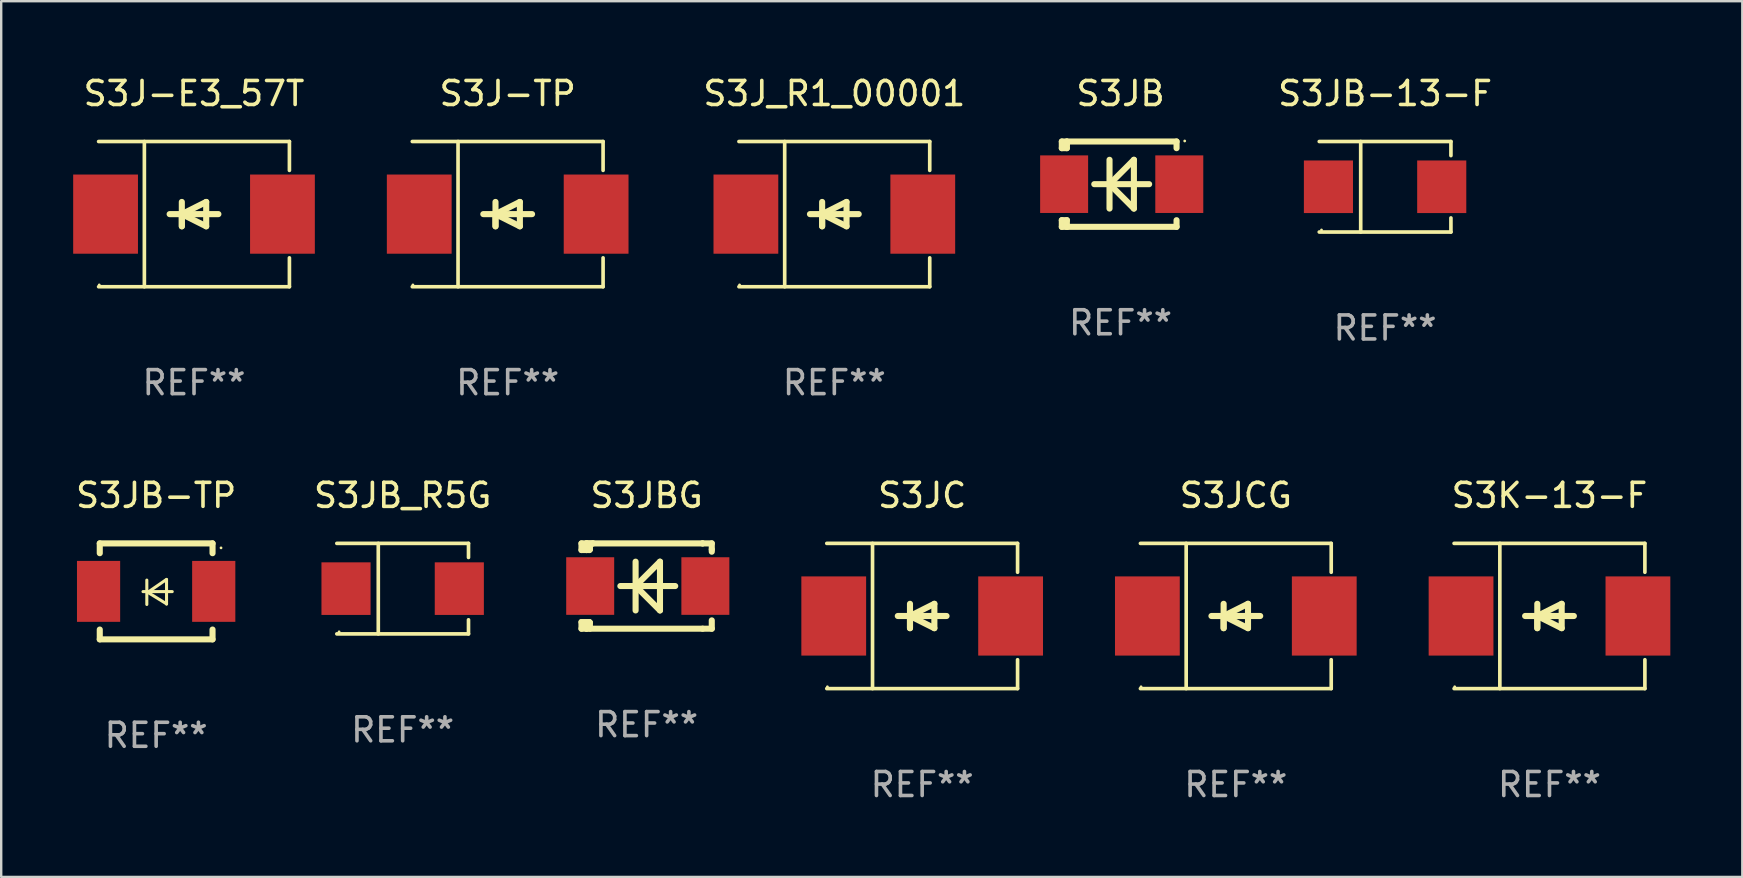
<source format=kicad_pcb>
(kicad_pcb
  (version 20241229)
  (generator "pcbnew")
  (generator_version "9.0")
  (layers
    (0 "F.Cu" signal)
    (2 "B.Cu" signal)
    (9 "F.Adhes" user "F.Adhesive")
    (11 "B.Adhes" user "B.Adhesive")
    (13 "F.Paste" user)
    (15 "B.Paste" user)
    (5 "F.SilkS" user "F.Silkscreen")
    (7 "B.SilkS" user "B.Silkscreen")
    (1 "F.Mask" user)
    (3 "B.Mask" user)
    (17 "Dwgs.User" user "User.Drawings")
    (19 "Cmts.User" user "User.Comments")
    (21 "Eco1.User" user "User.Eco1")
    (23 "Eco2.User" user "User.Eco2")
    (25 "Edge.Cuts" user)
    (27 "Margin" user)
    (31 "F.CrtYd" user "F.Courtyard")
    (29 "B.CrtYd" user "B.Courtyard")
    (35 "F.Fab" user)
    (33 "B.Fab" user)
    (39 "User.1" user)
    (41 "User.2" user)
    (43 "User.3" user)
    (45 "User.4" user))
  (footprint "S3J-E3_57T"
    (layer "F.Cu")
    (at 5.036 5.874)
    (property "Reference" "S3J-E3_57T" (at 0 -5.026 0) (layer "F.SilkS") (effects (font (size 1 1) (thickness 0.15))))
    (attr through_hole)
    (fp_line (start -3.976 -3.026) (end 3.976 -3.026) (stroke (width 0.152) (type solid)) (layer "F.SilkS"))
    (fp_line (start -3.976 3.026) (end 3.976 3.026) (stroke (width 0.152) (type solid)) (layer "F.SilkS"))
    (fp_line (start -2.069 -3.026) (end -2.069 3.026) (stroke (width 0.152) (type solid)) (layer "F.SilkS"))
    (fp_line (start -0.508 0) (end -0.508 0.508) (stroke (width 0.254) (type solid)) (layer "F.SilkS"))
    (fp_line (start -0.508 0) (end 0.508 0.508) (stroke (width 0.254) (type solid)) (layer "F.SilkS"))
    (fp_line (start -0.508 0.508) (end -0.508 -0.508) (stroke (width 0.254) (type solid)) (layer "F.SilkS"))
    (fp_line (start 0.508 -0.508) (end -0.508 0) (stroke (width 0.254) (type solid)) (layer "F.SilkS"))
    (fp_line (start 0.508 0.508) (end 0.508 -0.508) (stroke (width 0.254) (type solid)) (layer "F.SilkS"))
    (fp_line (start 1.016 0) (end -1.016 0) (stroke (width 0.254) (type solid)) (layer "F.SilkS"))
    (fp_line (start 3.976 -3.026) (end 3.976 -1.823) (stroke (width 0.152) (type solid)) (layer "F.SilkS"))
    (fp_line (start 3.976 3.026) (end 3.976 1.823) (stroke (width 0.152) (type solid)) (layer "F.SilkS"))
    (fp_circle (center -3.95 2.95) (end -3.92 2.95) (stroke (width 0.06) (type solid)) (fill no) (layer "F.SilkS"))
    (fp_text user "REF**" (at 0 7.026 0) (layer "F.Fab") (effects (font (size 1 1) (thickness 0.15))))
    (pad "1" smd rect (at -3.686 0) (size 2.7 3.3) (layers "F.Cu" "F.Mask" "F.Paste"))
    (pad "2" smd rect (at 3.686 0) (size 2.7 3.3) (layers "F.Cu" "F.Mask" "F.Paste")))
  (footprint "S3JC"
    (layer "F.Cu")
    (at 35.384 22.623)
    (property "Reference" "S3JC" (at 0 -5.026 0) (layer "F.SilkS") (effects (font (size 1 1) (thickness 0.15))))
    (attr through_hole)
    (fp_line (start -3.976 -3.026) (end 3.976 -3.026) (stroke (width 0.152) (type solid)) (layer "F.SilkS"))
    (fp_line (start -3.976 3.026) (end 3.976 3.026) (stroke (width 0.152) (type solid)) (layer "F.SilkS"))
    (fp_line (start -2.069 -3.026) (end -2.069 3.026) (stroke (width 0.152) (type solid)) (layer "F.SilkS"))
    (fp_line (start -0.508 0) (end -0.508 0.508) (stroke (width 0.254) (type solid)) (layer "F.SilkS"))
    (fp_line (start -0.508 0) (end 0.508 0.508) (stroke (width 0.254) (type solid)) (layer "F.SilkS"))
    (fp_line (start -0.508 0.508) (end -0.508 -0.508) (stroke (width 0.254) (type solid)) (layer "F.SilkS"))
    (fp_line (start 0.508 -0.508) (end -0.508 0) (stroke (width 0.254) (type solid)) (layer "F.SilkS"))
    (fp_line (start 0.508 0.508) (end 0.508 -0.508) (stroke (width 0.254) (type solid)) (layer "F.SilkS"))
    (fp_line (start 1.016 0) (end -1.016 0) (stroke (width 0.254) (type solid)) (layer "F.SilkS"))
    (fp_line (start 3.976 -3.026) (end 3.976 -1.823) (stroke (width 0.152) (type solid)) (layer "F.SilkS"))
    (fp_line (start 3.976 3.026) (end 3.976 1.823) (stroke (width 0.152) (type solid)) (layer "F.SilkS"))
    (fp_circle (center -3.95 2.95) (end -3.92 2.95) (stroke (width 0.06) (type solid)) (fill no) (layer "F.SilkS"))
    (fp_text user "REF**" (at 0 7.026 0) (layer "F.Fab") (effects (font (size 1 1) (thickness 0.15))))
    (pad "1" smd rect (at -3.686 0) (size 2.7 3.3) (layers "F.Cu" "F.Mask" "F.Paste"))
    (pad "2" smd rect (at 3.686 0) (size 2.7 3.3) (layers "F.Cu" "F.Mask" "F.Paste")))
  (footprint "S3JBG"
    (layer "F.Cu")
    (at 23.9 21.375)
    (property "Reference" "S3JBG" (at 0 -3.778 0) (layer "F.SilkS") (effects (font (size 1 1) (thickness 0.15))))
    (attr through_hole)
    (fp_line (start -2.715 -1.778) (end -2.715 -1.501) (stroke (width 0.254) (type solid)) (layer "F.SilkS"))
    (fp_line (start -2.715 -1.501) (end -2.505 -1.501) (stroke (width 0.254) (type solid)) (layer "F.SilkS"))
    (fp_line (start -2.715 1.501) (end -2.715 1.778) (stroke (width 0.254) (type solid)) (layer "F.SilkS"))
    (fp_line (start -2.715 1.501) (end -2.505 1.501) (stroke (width 0.254) (type solid)) (layer "F.SilkS"))
    (fp_line (start -2.715 1.778) (end -2.504 1.778) (stroke (width 0.254) (type solid)) (layer "F.SilkS"))
    (fp_line (start -2.505 -1.778) (end -2.715 -1.778) (stroke (width 0.254) (type solid)) (layer "F.SilkS"))
    (fp_line (start -2.505 -1.778) (end -2.238 -1.778) (stroke (width 0.254) (type solid)) (layer "F.SilkS"))
    (fp_line (start -2.505 -1.501) (end -2.505 -1.651) (stroke (width 0.254) (type solid)) (layer "F.SilkS"))
    (fp_line (start -2.505 -1.501) (end -2.388 -1.501) (stroke (width 0.254) (type solid)) (layer "F.SilkS"))
    (fp_line (start -2.505 1.501) (end -2.505 1.778) (stroke (width 0.254) (type solid)) (layer "F.SilkS"))
    (fp_line (start -2.505 1.501) (end -2.388 1.501) (stroke (width 0.254) (type solid)) (layer "F.SilkS"))
    (fp_line (start -2.388 1.501) (end -2.365 1.524) (stroke (width 0.254) (type solid)) (layer "F.SilkS"))
    (fp_line (start -2.388 -1.501) (end -2.365 -1.524) (stroke (width 0.254) (type solid)) (layer "F.SilkS"))
    (fp_line (start -2.365 -1.651) (end -2.505 -1.778) (stroke (width 0.254) (type solid)) (layer "F.SilkS"))
    (fp_line (start -2.365 -1.524) (end -2.365 -1.651) (stroke (width 0.254) (type solid)) (layer "F.SilkS"))
    (fp_line (start -2.365 1.524) (end -2.365 1.778) (stroke (width 0.254) (type solid)) (layer "F.SilkS"))
    (fp_line (start -2.239 -1.778) (end 2.333 -1.778) (stroke (width 0.254) (type solid)) (layer "F.SilkS"))
    (fp_line (start -2.238 -1.778) (end -2.505 -1.778) (stroke (width 0.254) (type solid)) (layer "F.SilkS"))
    (fp_line (start -1.095 0) (end 1.191 0) (stroke (width 0.254) (type solid)) (layer "F.SilkS"))
    (fp_line (start -0.46 -1.016) (end -0.46 1.016) (stroke (width 0.254) (type solid)) (layer "F.SilkS"))
    (fp_line (start -0.46 -0.000127) (end 0.556 1.016) (stroke (width 0.254) (type solid)) (layer "F.SilkS"))
    (fp_line (start 0.556 -1.016) (end 0.556 1.016) (stroke (width 0.254) (type solid)) (layer "F.SilkS"))
    (fp_line (start 0.556 -1.016) (end -0.46 -0.000127) (stroke (width 0.254) (type solid)) (layer "F.SilkS"))
    (fp_line (start 2.333 -1.778) (end 2.333 -1.778) (stroke (width 0.254) (type solid)) (layer "F.SilkS"))
    (fp_line (start 2.333 -1.778) (end 2.715 -1.778) (stroke (width 0.254) (type solid)) (layer "F.SilkS"))
    (fp_line (start 2.334 1.778) (end -2.504 1.778) (stroke (width 0.254) (type solid)) (layer "F.SilkS"))
    (fp_line (start 2.715 -1.778) (end 2.715 -1.524) (stroke (width 0.254) (type solid)) (layer "F.SilkS"))
    (fp_line (start 2.715 -1.524) (end 2.715 -1.431) (stroke (width 0.254) (type solid)) (layer "F.SilkS"))
    (fp_line (start 2.715 1.431) (end 2.715 1.778) (stroke (width 0.254) (type solid)) (layer "F.SilkS"))
    (fp_line (start 2.715 1.778) (end 2.334 1.778) (stroke (width 0.254) (type solid)) (layer "F.SilkS"))
    (fp_circle (center -2.602 1.8) (end -2.572 1.8) (stroke (width 0.06) (type solid)) (fill no) (layer "F.SilkS"))
    (fp_text user "REF**" (at 0 5.778 0) (layer "F.Fab") (effects (font (size 1 1) (thickness 0.15))))
    (pad "1" smd rect (at -2.352 -0.000076) (size 2 2.4) (layers "F.Cu" "F.Mask" "F.Paste"))
    (pad "2" smd rect (at 2.448 -0.000076) (size 2 2.4) (layers "F.Cu" "F.Mask" "F.Paste")))
  (footprint "S3JB"
    (layer "F.Cu")
    (at 43.652 4.626)
    (property "Reference" "S3JB" (at 0 -3.778 0) (layer "F.SilkS") (effects (font (size 1 1) (thickness 0.15))))
    (attr through_hole)
    (fp_line (start -2.448 1.501) (end -2.448 1.778) (stroke (width 0.254) (type solid)) (layer "F.SilkS"))
    (fp_line (start -2.448 1.778) (end -2.237 1.778) (stroke (width 0.254) (type solid)) (layer "F.SilkS"))
    (fp_line (start -2.448 -1.778) (end -2.448 -1.501) (stroke (width 0.254) (type solid)) (layer "F.SilkS"))
    (fp_line (start -2.448 -1.501) (end -2.238 -1.501) (stroke (width 0.254) (type solid)) (layer "F.SilkS"))
    (fp_line (start -2.448 1.501) (end -2.238 1.501) (stroke (width 0.254) (type solid)) (layer "F.SilkS"))
    (fp_line (start -2.238 -1.778) (end -2.448 -1.778) (stroke (width 0.254) (type solid)) (layer "F.SilkS"))
    (fp_line (start -2.238 -1.778) (end 2.334 -1.778) (stroke (width 0.254) (type solid)) (layer "F.SilkS"))
    (fp_line (start -2.238 -1.651) (end -2.238 -1.778) (stroke (width 0.254) (type solid)) (layer "F.SilkS"))
    (fp_line (start -2.238 -1.501) (end -2.238 -1.651) (stroke (width 0.254) (type solid)) (layer "F.SilkS"))
    (fp_line (start -2.238 1.778) (end -2.238 1.501) (stroke (width 0.254) (type solid)) (layer "F.SilkS"))
    (fp_line (start -1.095 0) (end 1.191 0) (stroke (width 0.254) (type solid)) (layer "F.SilkS"))
    (fp_line (start -0.46 -1.016) (end -0.46 1.016) (stroke (width 0.254) (type solid)) (layer "F.SilkS"))
    (fp_line (start -0.459 -0.000178) (end 0.557 1.016) (stroke (width 0.254) (type solid)) (layer "F.SilkS"))
    (fp_line (start 0.556 -1.016) (end 0.556 1.016) (stroke (width 0.254) (type solid)) (layer "F.SilkS"))
    (fp_line (start 0.557 -1.016) (end -0.459 -0.000178) (stroke (width 0.254) (type solid)) (layer "F.SilkS"))
    (fp_line (start 2.334 -1.778) (end 2.334 -1.501) (stroke (width 0.254) (type solid)) (layer "F.SilkS"))
    (fp_line (start 2.334 1.501) (end 2.334 1.778) (stroke (width 0.254) (type solid)) (layer "F.SilkS"))
    (fp_line (start 2.334 1.778) (end -2.238 1.778) (stroke (width 0.254) (type solid)) (layer "F.SilkS"))
    (fp_circle (center 2.674 -1.8) (end 2.704 -1.8) (stroke (width 0.06) (type solid)) (fill no) (layer "F.SilkS"))
    (fp_text user "REF**" (at 0 5.778 0) (layer "F.Fab") (effects (font (size 1 1) (thickness 0.15))))
    (pad "1" smd rect (at 2.448 -0.000025) (size 2 2.4) (layers "F.Cu" "F.Mask" "F.Paste"))
    (pad "2" smd rect (at -2.352 -0.000025) (size 2 2.4) (layers "F.Cu" "F.Mask" "F.Paste")))
  (footprint "S3J-TP"
    (layer "F.Cu")
    (at 18.109 5.874)
    (property "Reference" "S3J-TP" (at 0 -5.026 0) (layer "F.SilkS") (effects (font (size 1 1) (thickness 0.15))))
    (attr through_hole)
    (fp_line (start -3.976 -3.026) (end 3.976 -3.026) (stroke (width 0.152) (type solid)) (layer "F.SilkS"))
    (fp_line (start -3.976 3.026) (end 3.976 3.026) (stroke (width 0.152) (type solid)) (layer "F.SilkS"))
    (fp_line (start -2.069 -3.026) (end -2.069 3.026) (stroke (width 0.152) (type solid)) (layer "F.SilkS"))
    (fp_line (start -0.508 0) (end -0.508 0.508) (stroke (width 0.254) (type solid)) (layer "F.SilkS"))
    (fp_line (start -0.508 0) (end 0.508 0.508) (stroke (width 0.254) (type solid)) (layer "F.SilkS"))
    (fp_line (start -0.508 0.508) (end -0.508 -0.508) (stroke (width 0.254) (type solid)) (layer "F.SilkS"))
    (fp_line (start 0.508 -0.508) (end -0.508 0) (stroke (width 0.254) (type solid)) (layer "F.SilkS"))
    (fp_line (start 0.508 0.508) (end 0.508 -0.508) (stroke (width 0.254) (type solid)) (layer "F.SilkS"))
    (fp_line (start 1.016 0) (end -1.016 0) (stroke (width 0.254) (type solid)) (layer "F.SilkS"))
    (fp_line (start 3.976 -3.026) (end 3.976 -1.823) (stroke (width 0.152) (type solid)) (layer "F.SilkS"))
    (fp_line (start 3.976 3.026) (end 3.976 1.823) (stroke (width 0.152) (type solid)) (layer "F.SilkS"))
    (fp_circle (center -3.95 2.95) (end -3.92 2.95) (stroke (width 0.06) (type solid)) (fill no) (layer "F.SilkS"))
    (fp_text user "REF**" (at 0 7.026 0) (layer "F.Fab") (effects (font (size 1 1) (thickness 0.15))))
    (pad "1" smd rect (at -3.686 0) (size 2.7 3.3) (layers "F.Cu" "F.Mask" "F.Paste"))
    (pad "2" smd rect (at 3.686 0) (size 2.7 3.3) (layers "F.Cu" "F.Mask" "F.Paste")))
  (footprint "S3JB-13-F"
    (layer "F.Cu")
    (at 54.677 4.734)
    (property "Reference" "S3JB-13-F" (at 0 -3.886 0) (layer "F.SilkS") (effects (font (size 1 1) (thickness 0.15))))
    (attr through_hole)
    (fp_line (start -2.744 -1.886) (end 2.744 -1.886) (stroke (width 0.152) (type solid)) (layer "F.SilkS"))
    (fp_line (start -2.744 1.886) (end 2.744 1.886) (stroke (width 0.152) (type solid)) (layer "F.SilkS"))
    (fp_line (start -1.016 -1.886) (end -1.016 1.886) (stroke (width 0.152) (type solid)) (layer "F.SilkS"))
    (fp_line (start 2.744 -1.886) (end 2.744 -1.299) (stroke (width 0.152) (type solid)) (layer "F.SilkS"))
    (fp_line (start 2.744 1.886) (end 2.744 1.299) (stroke (width 0.152) (type solid)) (layer "F.SilkS"))
    (fp_circle (center -2.65 1.8) (end -2.62 1.8) (stroke (width 0.06) (type solid)) (fill no) (layer "F.SilkS"))
    (fp_text user "REF**" (at 0 5.886 0) (layer "F.Fab") (effects (font (size 1 1) (thickness 0.15))))
    (pad "1" smd rect (at -2.361 0) (size 2.047 2.192) (layers "F.Cu" "F.Mask" "F.Paste"))
    (pad "2" smd rect (at 2.361 0) (size 2.047 2.192) (layers "F.Cu" "F.Mask" "F.Paste")))
  (footprint "S3JCG"
    (layer "F.Cu")
    (at 48.456 22.623)
    (property "Reference" "S3JCG" (at 0 -5.026 0) (layer "F.SilkS") (effects (font (size 1 1) (thickness 0.15))))
    (attr through_hole)
    (fp_line (start -3.976 -3.026) (end 3.976 -3.026) (stroke (width 0.152) (type solid)) (layer "F.SilkS"))
    (fp_line (start -3.976 3.026) (end 3.976 3.026) (stroke (width 0.152) (type solid)) (layer "F.SilkS"))
    (fp_line (start -2.069 -3.026) (end -2.069 3.026) (stroke (width 0.152) (type solid)) (layer "F.SilkS"))
    (fp_line (start -0.508 0) (end -0.508 0.508) (stroke (width 0.254) (type solid)) (layer "F.SilkS"))
    (fp_line (start -0.508 0) (end 0.508 0.508) (stroke (width 0.254) (type solid)) (layer "F.SilkS"))
    (fp_line (start -0.508 0.508) (end -0.508 -0.508) (stroke (width 0.254) (type solid)) (layer "F.SilkS"))
    (fp_line (start 0.508 -0.508) (end -0.508 0) (stroke (width 0.254) (type solid)) (layer "F.SilkS"))
    (fp_line (start 0.508 0.508) (end 0.508 -0.508) (stroke (width 0.254) (type solid)) (layer "F.SilkS"))
    (fp_line (start 1.016 0) (end -1.016 0) (stroke (width 0.254) (type solid)) (layer "F.SilkS"))
    (fp_line (start 3.976 -3.026) (end 3.976 -1.823) (stroke (width 0.152) (type solid)) (layer "F.SilkS"))
    (fp_line (start 3.976 3.026) (end 3.976 1.823) (stroke (width 0.152) (type solid)) (layer "F.SilkS"))
    (fp_circle (center -3.95 2.95) (end -3.92 2.95) (stroke (width 0.06) (type solid)) (fill no) (layer "F.SilkS"))
    (fp_text user "REF**" (at 0 7.026 0) (layer "F.Fab") (effects (font (size 1 1) (thickness 0.15))))
    (pad "1" smd rect (at -3.686 0) (size 2.7 3.3) (layers "F.Cu" "F.Mask" "F.Paste"))
    (pad "2" smd rect (at 3.686 0) (size 2.7 3.3) (layers "F.Cu" "F.Mask" "F.Paste")))
  (footprint "S3J_R1_00001"
    (layer "F.Cu")
    (at 31.723 5.874)
    (property "Reference" "S3J_R1_00001" (at 0 -5.026 0) (layer "F.SilkS") (effects (font (size 1 1) (thickness 0.15))))
    (attr through_hole)
    (fp_line (start -3.976 -3.026) (end 3.976 -3.026) (stroke (width 0.152) (type solid)) (layer "F.SilkS"))
    (fp_line (start -3.976 3.026) (end 3.976 3.026) (stroke (width 0.152) (type solid)) (layer "F.SilkS"))
    (fp_line (start -2.069 -3.026) (end -2.069 3.026) (stroke (width 0.152) (type solid)) (layer "F.SilkS"))
    (fp_line (start -0.508 0) (end -0.508 0.508) (stroke (width 0.254) (type solid)) (layer "F.SilkS"))
    (fp_line (start -0.508 0) (end 0.508 0.508) (stroke (width 0.254) (type solid)) (layer "F.SilkS"))
    (fp_line (start -0.508 0.508) (end -0.508 -0.508) (stroke (width 0.254) (type solid)) (layer "F.SilkS"))
    (fp_line (start 0.508 -0.508) (end -0.508 0) (stroke (width 0.254) (type solid)) (layer "F.SilkS"))
    (fp_line (start 0.508 0.508) (end 0.508 -0.508) (stroke (width 0.254) (type solid)) (layer "F.SilkS"))
    (fp_line (start 1.016 0) (end -1.016 0) (stroke (width 0.254) (type solid)) (layer "F.SilkS"))
    (fp_line (start 3.976 -3.026) (end 3.976 -1.823) (stroke (width 0.152) (type solid)) (layer "F.SilkS"))
    (fp_line (start 3.976 3.026) (end 3.976 1.823) (stroke (width 0.152) (type solid)) (layer "F.SilkS"))
    (fp_circle (center -3.95 2.95) (end -3.92 2.95) (stroke (width 0.06) (type solid)) (fill no) (layer "F.SilkS"))
    (fp_text user "REF**" (at 0 7.026 0) (layer "F.Fab") (effects (font (size 1 1) (thickness 0.15))))
    (pad "1" smd rect (at -3.686 0) (size 2.7 3.3) (layers "F.Cu" "F.Mask" "F.Paste"))
    (pad "2" smd rect (at 3.686 0) (size 2.7 3.3) (layers "F.Cu" "F.Mask" "F.Paste")))
  (footprint "S3K-13-F"
    (layer "F.Cu")
    (at 61.529 22.623)
    (property "Reference" "S3K-13-F" (at 0 -5.026 0) (layer "F.SilkS") (effects (font (size 1 1) (thickness 0.15))))
    (attr through_hole)
    (fp_line (start -3.976 -3.026) (end 3.976 -3.026) (stroke (width 0.152) (type solid)) (layer "F.SilkS"))
    (fp_line (start -3.976 3.026) (end 3.976 3.026) (stroke (width 0.152) (type solid)) (layer "F.SilkS"))
    (fp_line (start -2.069 -3.026) (end -2.069 3.026) (stroke (width 0.152) (type solid)) (layer "F.SilkS"))
    (fp_line (start -0.508 0) (end -0.508 0.508) (stroke (width 0.254) (type solid)) (layer "F.SilkS"))
    (fp_line (start -0.508 0) (end 0.508 0.508) (stroke (width 0.254) (type solid)) (layer "F.SilkS"))
    (fp_line (start -0.508 0.508) (end -0.508 -0.508) (stroke (width 0.254) (type solid)) (layer "F.SilkS"))
    (fp_line (start 0.508 -0.508) (end -0.508 0) (stroke (width 0.254) (type solid)) (layer "F.SilkS"))
    (fp_line (start 0.508 0.508) (end 0.508 -0.508) (stroke (width 0.254) (type solid)) (layer "F.SilkS"))
    (fp_line (start 1.016 0) (end -1.016 0) (stroke (width 0.254) (type solid)) (layer "F.SilkS"))
    (fp_line (start 3.976 -3.026) (end 3.976 -1.823) (stroke (width 0.152) (type solid)) (layer "F.SilkS"))
    (fp_line (start 3.976 3.026) (end 3.976 1.823) (stroke (width 0.152) (type solid)) (layer "F.SilkS"))
    (fp_circle (center -3.95 2.95) (end -3.92 2.95) (stroke (width 0.06) (type solid)) (fill no) (layer "F.SilkS"))
    (fp_text user "REF**" (at 0 7.026 0) (layer "F.Fab") (effects (font (size 1 1) (thickness 0.15))))
    (pad "1" smd rect (at -3.686 0) (size 2.7 3.3) (layers "F.Cu" "F.Mask" "F.Paste"))
    (pad "2" smd rect (at 3.686 0) (size 2.7 3.3) (layers "F.Cu" "F.Mask" "F.Paste")))
  (footprint "S3JB-TP"
    (layer "F.Cu")
    (at 3.458 21.597)
    (property "Reference" "S3JB-TP" (at 0 -4 0) (layer "F.SilkS") (effects (font (size 1 1) (thickness 0.15))))
    (attr through_hole)
    (fp_line (start -2.35 -2) (end -2.35 -1.591) (stroke (width 0.254) (type solid)) (layer "F.SilkS"))
    (fp_line (start -2.35 -2) (end 2.35 -2) (stroke (width 0.254) (type solid)) (layer "F.SilkS"))
    (fp_line (start -2.35 1.591) (end -2.35 2) (stroke (width 0.254) (type solid)) (layer "F.SilkS"))
    (fp_line (start -2.35 2) (end 2.35 2) (stroke (width 0.254) (type solid)) (layer "F.SilkS"))
    (fp_line (start -0.548 0.01) (end 0.671 0.01) (stroke (width 0.127) (type solid)) (layer "F.SilkS"))
    (fp_line (start -0.389 -0.47) (end -0.389 0.546) (stroke (width 0.127) (type solid)) (layer "F.SilkS"))
    (fp_line (start -0.35 0.04) (end 0.433 0.52) (stroke (width 0.127) (type solid)) (layer "F.SilkS"))
    (fp_line (start 0.433 -0.5) (end -0.35 0.04) (stroke (width 0.127) (type solid)) (layer "F.SilkS"))
    (fp_line (start 0.433 0.53) (end 0.433 -0.486) (stroke (width 0.127) (type solid)) (layer "F.SilkS"))
    (fp_line (start 2.35 -2) (end 2.35 -1.591) (stroke (width 0.254) (type solid)) (layer "F.SilkS"))
    (fp_line (start 2.35 1.591) (end 2.35 2) (stroke (width 0.254) (type solid)) (layer "F.SilkS"))
    (fp_circle (center 2.704 -1.813) (end 2.734 -1.813) (stroke (width 0.06) (type solid)) (fill no) (layer "F.SilkS"))
    (fp_text user "REF**" (at 0 6 0) (layer "F.Fab") (effects (font (size 1 1) (thickness 0.15))))
    (pad "1" smd rect (at 2.4 0) (size 1.8 2.54) (layers "F.Cu" "F.Mask" "F.Paste"))
    (pad "2" smd rect (at -2.4 0) (size 1.8 2.54) (layers "F.Cu" "F.Mask" "F.Paste")))
  (footprint "S3JB_R5G"
    (layer "F.Cu")
    (at 13.732 21.483)
    (property "Reference" "S3JB_R5G" (at 0 -3.886 0) (layer "F.SilkS") (effects (font (size 1 1) (thickness 0.15))))
    (attr through_hole)
    (fp_line (start -2.744 -1.886) (end 2.744 -1.886) (stroke (width 0.152) (type solid)) (layer "F.SilkS"))
    (fp_line (start -2.744 1.886) (end 2.744 1.886) (stroke (width 0.152) (type solid)) (layer "F.SilkS"))
    (fp_line (start -1.016 -1.886) (end -1.016 1.886) (stroke (width 0.152) (type solid)) (layer "F.SilkS"))
    (fp_line (start 2.744 -1.886) (end 2.744 -1.299) (stroke (width 0.152) (type solid)) (layer "F.SilkS"))
    (fp_line (start 2.744 1.886) (end 2.744 1.299) (stroke (width 0.152) (type solid)) (layer "F.SilkS"))
    (fp_circle (center -2.65 1.8) (end -2.62 1.8) (stroke (width 0.06) (type solid)) (fill no) (layer "F.SilkS"))
    (fp_text user "REF**" (at 0 5.886 0) (layer "F.Fab") (effects (font (size 1 1) (thickness 0.15))))
    (pad "1" smd rect (at -2.361 0) (size 2.047 2.192) (layers "F.Cu" "F.Mask" "F.Paste"))
    (pad "2" smd rect (at 2.361 0) (size 2.047 2.192) (layers "F.Cu" "F.Mask" "F.Paste")))
  (gr_rect
    (start -3 -3)
    (end 69.565 33.498)
    (stroke (width 0.1) (type default))
    (fill no)
    (layer "Edge.Cuts")))
</source>
